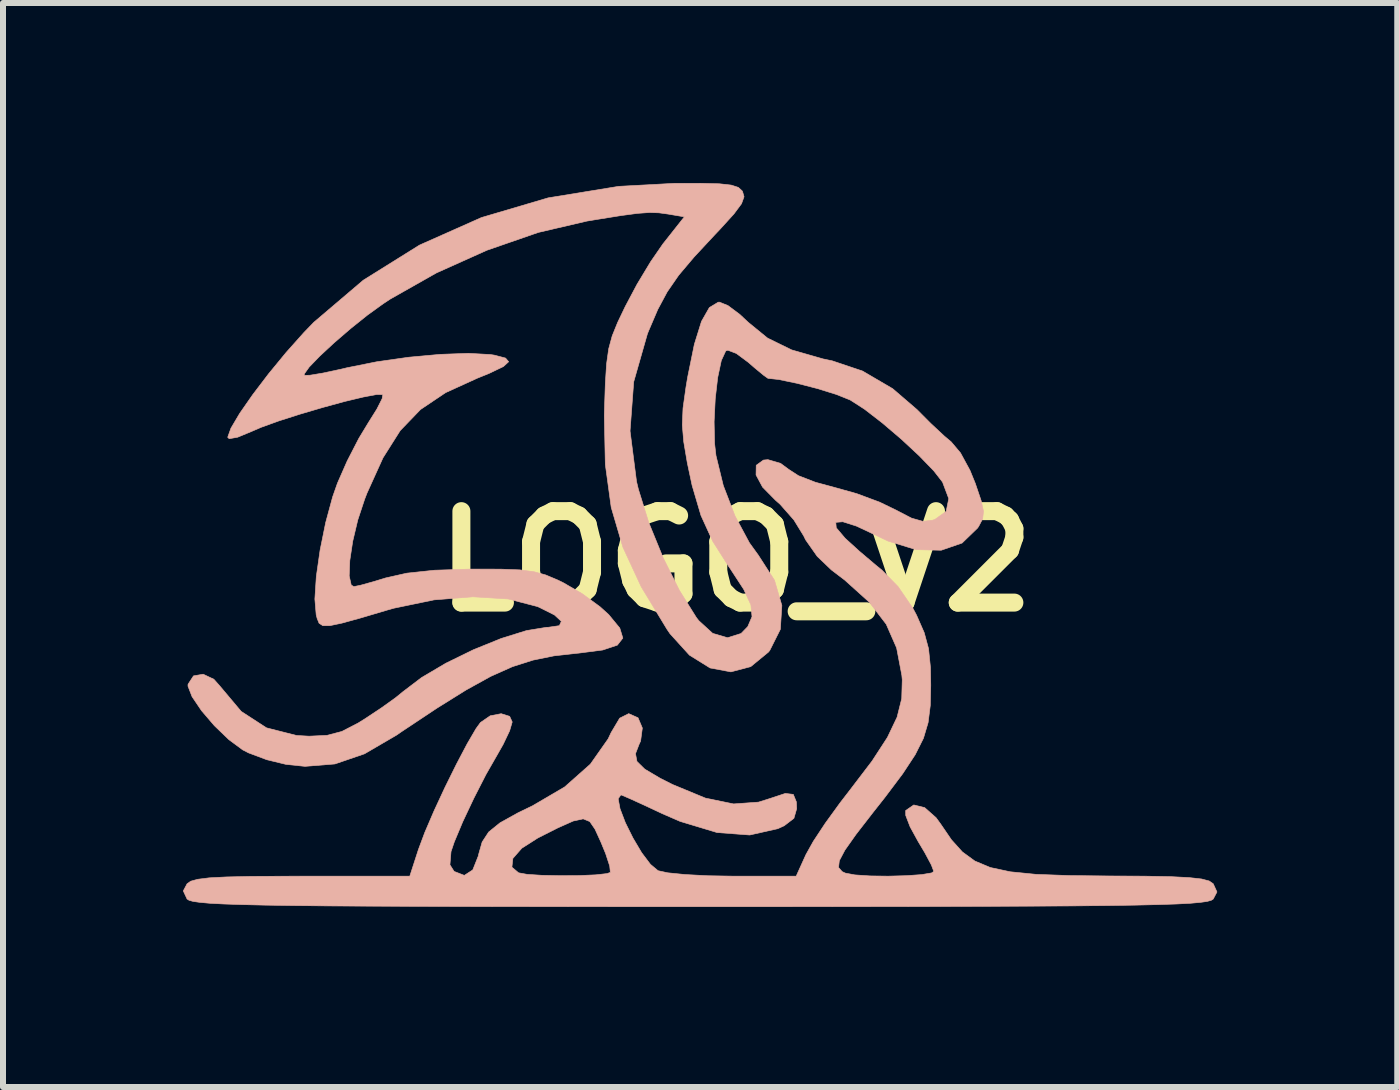
<source format=kicad_pcb>
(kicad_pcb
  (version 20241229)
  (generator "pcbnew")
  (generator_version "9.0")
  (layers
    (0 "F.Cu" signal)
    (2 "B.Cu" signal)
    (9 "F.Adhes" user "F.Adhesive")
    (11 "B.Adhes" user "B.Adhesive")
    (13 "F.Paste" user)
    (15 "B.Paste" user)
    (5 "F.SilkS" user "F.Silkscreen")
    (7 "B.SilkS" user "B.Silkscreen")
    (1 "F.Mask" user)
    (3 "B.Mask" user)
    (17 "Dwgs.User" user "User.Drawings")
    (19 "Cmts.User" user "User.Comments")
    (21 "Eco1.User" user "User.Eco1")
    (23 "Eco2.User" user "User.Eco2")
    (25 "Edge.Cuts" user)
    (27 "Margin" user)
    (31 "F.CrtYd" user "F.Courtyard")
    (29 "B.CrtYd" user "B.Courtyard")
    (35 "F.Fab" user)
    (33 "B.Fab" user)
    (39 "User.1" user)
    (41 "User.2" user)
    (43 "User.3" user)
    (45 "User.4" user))
  (footprint "LOGO_V2"
    (layer "F.Cu")
    (at 9.212 6.304)
    (property "Reference" "LOGO_V2" (at 0 0 0) (layer "F.SilkS") (effects (font (size 1.524 1.524) (thickness 0.3))))
    (attr through_hole)
    (fp_poly (pts (xy -0.271 -6.291) (xy -0.074 -6.269) (xy 0.043 -6.231) (xy 0.108 -6.172) (xy 0.113 -6.164) (xy 0.139 -6.075) (xy 0.097 -5.959) (xy -0.029 -5.789) (xy -0.257 -5.538) (xy -0.346 -5.444) (xy -0.695 -5.069) (xy -0.951 -4.766) (xy -1.142 -4.489) (xy -1.299 -4.196) (xy -1.451 -3.841) (xy -1.472 -3.789) (xy -1.7 -2.991) (xy -1.761 -2.171) (xy -1.653 -1.328) (xy -1.622 -1.199) (xy -1.448 -0.641) (xy -1.21 -0.059) (xy -0.937 0.488) (xy -0.656 0.938) (xy -0.616 0.99) (xy -0.384 1.202) (xy -0.137 1.275) (xy 0.09 1.204) (xy 0.201 1.09) (xy 0.272 0.924) (xy 0.253 0.726) (xy 0.134 0.469) (xy -0.093 0.121) (xy -0.114 0.091) (xy -0.382 -0.331) (xy -0.579 -0.763) (xy -0.727 -1.265) (xy -0.807 -1.641) (xy -0.866 -1.99) (xy -0.89 -2.271) (xy -0.878 -2.551) (xy -0.829 -2.9) (xy -0.8 -3.073) (xy -0.689 -3.616) (xy -0.57 -3.998) (xy -0.439 -4.228) (xy -0.292 -4.317) (xy -0.269 -4.318) (xy -0.129 -4.261) (xy 0.069 -4.113) (xy 0.21 -3.981) (xy 0.531 -3.719) (xy 0.933 -3.522) (xy 1.456 -3.372) (xy 1.609 -3.34) (xy 2.114 -3.17) (xy 2.616 -2.876) (xy 3.021 -2.528) (xy 3.254 -2.294) (xy 3.477 -2.086) (xy 3.591 -1.99) (xy 3.747 -1.805) (xy 3.905 -1.514) (xy 3.993 -1.298) (xy 4.09 -1.012) (xy 4.13 -0.833) (xy 4.116 -0.707) (xy 4.051 -0.583) (xy 4.032 -0.554) (xy 3.773 -0.303) (xy 3.425 -0.183) (xy 3.006 -0.193) (xy 2.536 -0.337) (xy 2.345 -0.429) (xy 2.014 -0.585) (xy 1.785 -0.658) (xy 1.668 -0.648) (xy 1.676 -0.557) (xy 1.821 -0.386) (xy 1.829 -0.378) (xy 2.061 -0.167) (xy 2.336 0.066) (xy 2.436 0.147) (xy 2.706 0.423) (xy 2.951 0.78) (xy 3.015 0.901) (xy 3.142 1.191) (xy 3.214 1.457) (xy 3.246 1.771) (xy 3.251 2.066) (xy 3.243 2.405) (xy 3.207 2.689) (xy 3.129 2.951) (xy 2.992 3.224) (xy 2.783 3.542) (xy 2.486 3.937) (xy 2.291 4.184) (xy 2.005 4.553) (xy 1.82 4.815) (xy 1.727 4.991) (xy 1.714 5.104) (xy 1.774 5.173) (xy 1.827 5.198) (xy 1.986 5.228) (xy 2.239 5.245) (xy 2.54 5.249) (xy 2.842 5.241) (xy 3.099 5.223) (xy 3.265 5.195) (xy 3.302 5.17) (xy 3.26 5.06) (xy 3.152 4.858) (xy 3.039 4.668) (xy 2.907 4.427) (xy 2.834 4.237) (xy 2.833 4.155) (xy 2.968 4.062) (xy 3.149 4.106) (xy 3.34 4.275) (xy 3.417 4.381) (xy 3.596 4.643) (xy 3.778 4.845) (xy 3.986 4.997) (xy 4.244 5.105) (xy 4.576 5.176) (xy 5.007 5.219) (xy 5.56 5.239) (xy 6.234 5.246) (xy 6.815 5.249) (xy 7.25 5.257) (xy 7.559 5.273) (xy 7.765 5.296) (xy 7.891 5.329) (xy 7.957 5.374) (xy 7.959 5.376) (xy 8.021 5.512) (xy 7.959 5.63) (xy 7.926 5.651) (xy 7.858 5.67) (xy 7.745 5.686) (xy 7.577 5.701) (xy 7.346 5.713) (xy 7.041 5.723) (xy 6.653 5.732) (xy 6.172 5.739) (xy 5.589 5.745) (xy 4.894 5.749) (xy 4.078 5.752) (xy 3.131 5.755) (xy 2.043 5.756) (xy 0.804 5.757) (xy -0.593 5.757) (xy -1.99 5.757) (xy -3.229 5.756) (xy -4.316 5.755) (xy -5.264 5.752) (xy -6.08 5.749) (xy -6.775 5.745) (xy -7.358 5.739) (xy -7.839 5.732) (xy -8.227 5.723) (xy -8.531 5.713) (xy -8.763 5.701) (xy -8.93 5.686) (xy -9.043 5.67) (xy -9.111 5.651) (xy -9.144 5.63) (xy -9.207 5.495) (xy -9.144 5.376) (xy -9.083 5.333) (xy -8.967 5.301) (xy -8.776 5.277) (xy -8.488 5.262) (xy -8.083 5.253) (xy -7.539 5.25) (xy -7.235 5.249) (xy -5.432 5.249) (xy -5.288 4.805) (xy -5.182 4.521) (xy -5.028 4.162) (xy -4.845 3.768) (xy -4.654 3.382) (xy -4.475 3.042) (xy -4.328 2.79) (xy -4.254 2.688) (xy -4.091 2.576) (xy -3.909 2.541) (xy -3.768 2.585) (xy -3.725 2.679) (xy -3.768 2.826) (xy -3.876 3.053) (xy -3.964 3.208) (xy -4.161 3.552) (xy -4.364 3.949) (xy -4.55 4.343) (xy -4.691 4.68) (xy -4.745 4.84) (xy -4.763 5.06) (xy -4.693 5.17) (xy -4.523 5.236) (xy -4.383 5.145) (xy -4.364 5.099) (xy -3.73 5.099) (xy -3.619 5.193) (xy -3.476 5.219) (xy -3.227 5.235) (xy -2.922 5.241) (xy -2.608 5.239) (xy -2.333 5.227) (xy -2.145 5.206) (xy -2.089 5.186) (xy -2.1 5.08) (xy -2.168 4.872) (xy -2.248 4.678) (xy -2.345 4.466) (xy -2.432 4.339) (xy -2.542 4.294) (xy -2.708 4.33) (xy -2.964 4.444) (xy -3.297 4.612) (xy -3.565 4.783) (xy -3.714 4.953) (xy -3.73 5.099) (xy -4.364 5.099) (xy -4.289 4.91) (xy -4.285 4.887) (xy -4.226 4.68) (xy -4.117 4.513) (xy -3.928 4.36) (xy -3.628 4.193) (xy -3.386 4.076) (xy -2.852 3.763) (xy -2.422 3.382) (xy -2.126 2.961) (xy -2.077 2.857) (xy -1.934 2.616) (xy -1.783 2.54) (xy -1.628 2.609) (xy -1.556 2.78) (xy -1.585 2.997) (xy -1.61 3.051) (xy -1.67 3.207) (xy -1.646 3.337) (xy -1.516 3.465) (xy -1.261 3.616) (xy -1.054 3.721) (xy -0.505 3.948) (xy -0.035 4.045) (xy 0.381 4.015) (xy 0.58 3.952) (xy 0.827 3.87) (xy 0.96 3.886) (xy 1.011 4.011) (xy 1.016 4.125) (xy 0.97 4.285) (xy 0.808 4.409) (xy 0.701 4.458) (xy 0.234 4.563) (xy -0.311 4.522) (xy -0.927 4.336) (xy -1.221 4.208) (xy -1.522 4.067) (xy -1.759 3.959) (xy -1.896 3.9) (xy -1.914 3.895) (xy -1.959 3.959) (xy -1.928 4.125) (xy -1.84 4.356) (xy -1.713 4.612) (xy -1.568 4.857) (xy -1.421 5.052) (xy -1.294 5.158) (xy -1.133 5.193) (xy -0.844 5.222) (xy -0.467 5.242) (xy -0.044 5.249) (xy 1.008 5.249) (xy 1.171 4.889) (xy 1.293 4.67) (xy 1.493 4.367) (xy 1.739 4.028) (xy 1.907 3.81) (xy 2.273 3.33) (xy 2.529 2.936) (xy 2.69 2.599) (xy 2.767 2.29) (xy 2.776 1.977) (xy 2.769 1.901) (xy 2.682 1.445) (xy 2.509 1.05) (xy 2.227 0.683) (xy 1.816 0.313) (xy 1.594 0.144) (xy 1.358 -0.082) (xy 1.165 -0.357) (xy 1.134 -0.421) (xy 0.97 -0.688) (xy 0.741 -0.948) (xy 0.662 -1.018) (xy 0.448 -1.235) (xy 0.339 -1.438) (xy 0.342 -1.599) (xy 0.462 -1.686) (xy 0.537 -1.693) (xy 0.747 -1.632) (xy 0.883 -1.531) (xy 1.047 -1.425) (xy 1.329 -1.316) (xy 1.637 -1.233) (xy 2.016 -1.127) (xy 2.398 -0.985) (xy 2.665 -0.856) (xy 2.931 -0.718) (xy 3.118 -0.665) (xy 3.282 -0.684) (xy 3.321 -0.697) (xy 3.508 -0.831) (xy 3.551 -1.044) (xy 3.447 -1.32) (xy 3.302 -1.506) (xy 3.06 -1.756) (xy 2.76 -2.035) (xy 2.442 -2.306) (xy 2.147 -2.534) (xy 1.914 -2.684) (xy 1.902 -2.69) (xy 1.677 -2.78) (xy 1.361 -2.878) (xy 1.019 -2.966) (xy 0.717 -3.029) (xy 0.538 -3.048) (xy 0.466 -3.099) (xy 0.311 -3.227) (xy 0.21 -3.315) (xy 0.011 -3.463) (xy -0.131 -3.517) (xy -0.166 -3.505) (xy -0.24 -3.345) (xy -0.3 -3.063) (xy -0.341 -2.707) (xy -0.36 -2.324) (xy -0.352 -1.963) (xy -0.329 -1.761) (xy -0.207 -1.261) (xy -0.011 -0.753) (xy 0.229 -0.306) (xy 0.375 -0.104) (xy 0.646 0.316) (xy 0.769 0.737) (xy 0.744 1.135) (xy 0.567 1.488) (xy 0.545 1.515) (xy 0.25 1.757) (xy -0.08 1.844) (xy -0.427 1.779) (xy -0.771 1.565) (xy -1.094 1.209) (xy -1.144 1.136) (xy -1.574 0.427) (xy -1.88 -0.234) (xy -2.075 -0.898) (xy -2.173 -1.613) (xy -2.19 -2.429) (xy -2.188 -2.505) (xy -2.173 -2.96) (xy -2.152 -3.29) (xy -2.117 -3.54) (xy -2.059 -3.754) (xy -1.969 -3.977) (xy -1.841 -4.245) (xy -1.644 -4.616) (xy -1.418 -4.991) (xy -1.21 -5.293) (xy -1.191 -5.316) (xy -0.856 -5.74) (xy -1.127 -5.786) (xy -1.28 -5.807) (xy -1.437 -5.812) (xy -1.635 -5.798) (xy -1.912 -5.761) (xy -2.305 -5.698) (xy -2.48 -5.669) (xy -3.29 -5.48) (xy -4.147 -5.183) (xy -4.989 -4.805) (xy -5.757 -4.37) (xy -5.875 -4.292) (xy -6.137 -4.103) (xy -6.419 -3.877) (xy -6.694 -3.64) (xy -6.934 -3.417) (xy -7.109 -3.236) (xy -7.191 -3.121) (xy -7.19 -3.098) (xy -7.097 -3.1) (xy -6.88 -3.136) (xy -6.582 -3.2) (xy -6.477 -3.225) (xy -5.984 -3.324) (xy -5.451 -3.4) (xy -4.925 -3.448) (xy -4.455 -3.465) (xy -4.09 -3.445) (xy -4.023 -3.435) (xy -3.836 -3.386) (xy -3.784 -3.325) (xy -3.873 -3.244) (xy -4.113 -3.129) (xy -4.306 -3.051) (xy -4.835 -2.81) (xy -5.253 -2.529) (xy -5.592 -2.177) (xy -5.879 -1.723) (xy -6.145 -1.136) (xy -6.184 -1.035) (xy -6.299 -0.688) (xy -6.383 -0.334) (xy -6.432 -0.011) (xy -6.442 0.245) (xy -6.408 0.397) (xy -6.365 0.423) (xy -6.252 0.4) (xy -6.032 0.339) (xy -5.836 0.279) (xy -5.482 0.199) (xy -5.022 0.15) (xy -4.427 0.131) (xy -4.36 0.131) (xy -3.917 0.132) (xy -3.599 0.144) (xy -3.365 0.174) (xy -3.169 0.228) (xy -2.969 0.312) (xy -2.878 0.356) (xy -2.562 0.539) (xy -2.261 0.759) (xy -2.118 0.888) (xy -1.932 1.114) (xy -1.881 1.281) (xy -1.973 1.399) (xy -2.217 1.48) (xy -2.62 1.532) (xy -2.644 1.534) (xy -3.028 1.577) (xy -3.377 1.648) (xy -3.72 1.757) (xy -4.083 1.919) (xy -4.494 2.146) (xy -4.98 2.449) (xy -5.57 2.841) (xy -5.657 2.901) (xy -6.187 3.21) (xy -6.68 3.379) (xy -7.178 3.419) (xy -7.495 3.386) (xy -7.816 3.308) (xy -8.12 3.194) (xy -8.217 3.144) (xy -8.448 2.973) (xy -8.688 2.742) (xy -8.903 2.491) (xy -9.061 2.257) (xy -9.129 2.082) (xy -9.128 2.051) (xy -9.037 1.911) (xy -8.876 1.883) (xy -8.698 1.967) (xy -8.601 2.076) (xy -8.242 2.503) (xy -7.82 2.777) (xy -7.321 2.904) (xy -7.11 2.916) (xy -6.811 2.902) (xy -6.564 2.837) (xy -6.293 2.697) (xy -6.179 2.626) (xy -5.906 2.445) (xy -5.67 2.276) (xy -5.546 2.175) (xy -5.237 1.94) (xy -4.831 1.7) (xy -4.373 1.476) (xy -3.91 1.288) (xy -3.487 1.156) (xy -3.151 1.101) (xy -3.125 1.101) (xy -2.939 1.074) (xy -2.906 1.002) (xy -3.02 0.896) (xy -3.275 0.768) (xy -3.306 0.755) (xy -3.791 0.629) (xy -4.379 0.593) (xy -5.028 0.644) (xy -5.698 0.783) (xy -5.811 0.815) (xy -6.256 0.947) (xy -6.565 1.032) (xy -6.765 1.074) (xy -6.882 1.074) (xy -6.944 1.033) (xy -6.976 0.954) (xy -6.992 0.893) (xy -7.014 0.63) (xy -6.99 0.255) (xy -6.927 -0.185) (xy -6.834 -0.644) (xy -6.718 -1.072) (xy -6.638 -1.3) (xy -6.476 -1.669) (xy -6.282 -2.046) (xy -6.124 -2.307) (xy -5.98 -2.537) (xy -5.893 -2.709) (xy -5.881 -2.777) (xy -5.982 -2.779) (xy -6.207 -2.737) (xy -6.52 -2.662) (xy -6.882 -2.563) (xy -7.259 -2.452) (xy -7.613 -2.339) (xy -7.907 -2.233) (xy -8.065 -2.165) (xy -8.301 -2.067) (xy -8.442 -2.042) (xy -8.467 -2.066) (xy -8.413 -2.217) (xy -8.267 -2.464) (xy -8.05 -2.776) (xy -7.785 -3.124) (xy -7.494 -3.478) (xy -7.198 -3.81) (xy -7.033 -3.981) (xy -6.207 -4.684) (xy -5.27 -5.269) (xy -4.238 -5.728) (xy -3.127 -6.056) (xy -1.951 -6.248) (xy -1.026 -6.298) (xy -0.579 -6.299) (xy -0.271 -6.291)) (stroke (width 0.01) (type solid)) (fill yes) (layer "B.SilkS")))
  (gr_rect
    (start -3 -3)
    (end 20.238 15.067)
    (stroke (width 0.1) (type default))
    (fill no)
    (layer "Edge.Cuts")))
</source>
